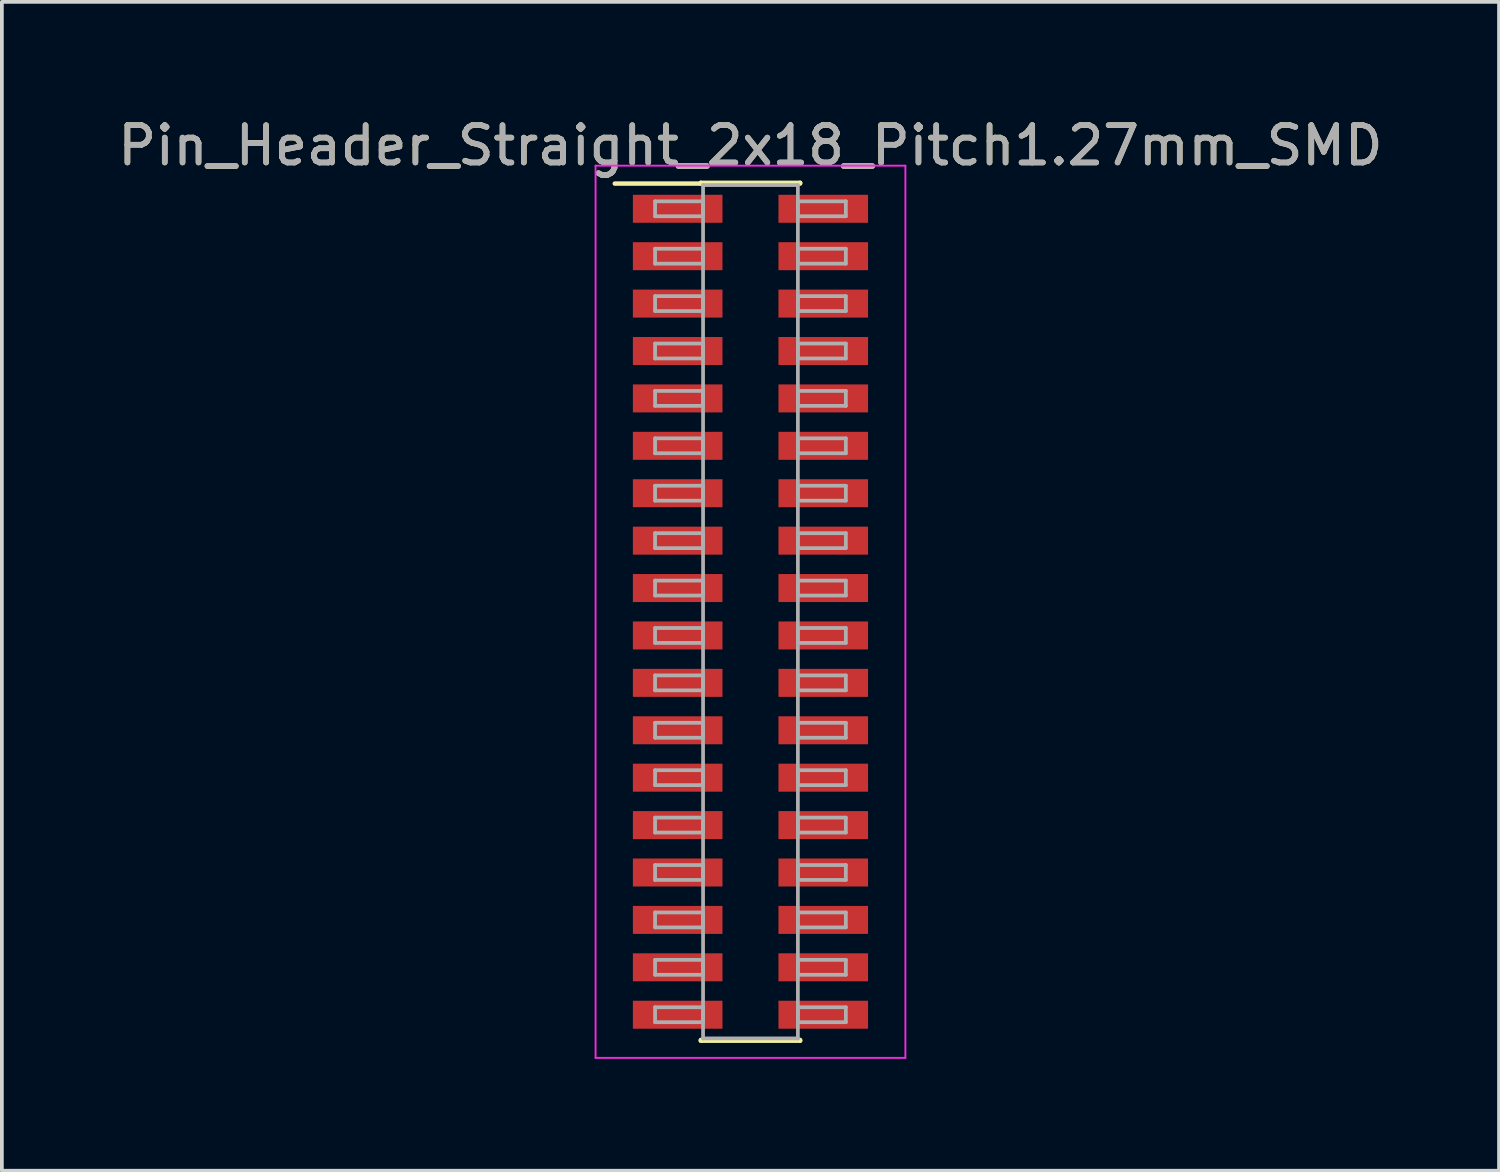
<source format=kicad_pcb>
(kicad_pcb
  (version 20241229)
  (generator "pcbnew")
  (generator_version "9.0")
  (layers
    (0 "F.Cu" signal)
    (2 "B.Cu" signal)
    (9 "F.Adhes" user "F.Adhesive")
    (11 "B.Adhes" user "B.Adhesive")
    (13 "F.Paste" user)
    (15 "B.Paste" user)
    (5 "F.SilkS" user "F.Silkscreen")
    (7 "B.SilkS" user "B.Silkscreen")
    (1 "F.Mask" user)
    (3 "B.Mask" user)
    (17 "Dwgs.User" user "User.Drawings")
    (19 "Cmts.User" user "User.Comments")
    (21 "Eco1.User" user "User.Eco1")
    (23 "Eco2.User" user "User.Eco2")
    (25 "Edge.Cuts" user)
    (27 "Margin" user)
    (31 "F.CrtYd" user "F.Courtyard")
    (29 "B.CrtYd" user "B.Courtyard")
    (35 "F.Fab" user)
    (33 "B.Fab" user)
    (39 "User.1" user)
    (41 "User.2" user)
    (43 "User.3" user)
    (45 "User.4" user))
  (footprint "Pin_Header_Straight_2x18_Pitch1.27mm_SMD"
    (layer "F.Cu")
    (at 17.054 13.338)
    (property "Reference" "Pin_Header_Straight_2x18_Pitch1.27mm_SMD" (at 0 -12.49 0) (layer "F.SilkS") (effects (font (size 1 1) (thickness 0.15))))
    (attr smd)
    (fp_line (start -3.635 -11.47) (end -1.33 -11.47) (stroke (width 0.12) (type solid)) (layer "F.SilkS"))
    (fp_line (start -1.33 -11.49) (end 1.33 -11.49) (stroke (width 0.12) (type solid)) (layer "F.SilkS"))
    (fp_line (start -1.33 -11.47) (end -1.33 -11.49) (stroke (width 0.12) (type solid)) (layer "F.SilkS"))
    (fp_line (start -1.33 11.47) (end -1.33 11.49) (stroke (width 0.12) (type solid)) (layer "F.SilkS"))
    (fp_line (start -1.33 11.49) (end 1.33 11.49) (stroke (width 0.12) (type solid)) (layer "F.SilkS"))
    (fp_line (start 1.33 -11.49) (end 1.33 -11.47) (stroke (width 0.12) (type solid)) (layer "F.SilkS"))
    (fp_line (start 1.33 11.49) (end 1.33 11.47) (stroke (width 0.12) (type solid)) (layer "F.SilkS"))
    (fp_line (start -4.15 -11.95) (end -4.15 11.95) (stroke (width 0.05) (type solid)) (layer "F.CrtYd"))
    (fp_line (start -4.15 11.95) (end 4.15 11.95) (stroke (width 0.05) (type solid)) (layer "F.CrtYd"))
    (fp_line (start 4.15 -11.95) (end -4.15 -11.95) (stroke (width 0.05) (type solid)) (layer "F.CrtYd"))
    (fp_line (start 4.15 11.95) (end 4.15 -11.95) (stroke (width 0.05) (type solid)) (layer "F.CrtYd"))
    (fp_line (start -2.555 -10.995) (end -1.27 -10.995) (stroke (width 0.1) (type solid)) (layer "F.Fab"))
    (fp_line (start -2.555 -10.595) (end -2.555 -10.995) (stroke (width 0.1) (type solid)) (layer "F.Fab"))
    (fp_line (start -2.555 -9.725) (end -1.27 -9.725) (stroke (width 0.1) (type solid)) (layer "F.Fab"))
    (fp_line (start -2.555 -9.325) (end -2.555 -9.725) (stroke (width 0.1) (type solid)) (layer "F.Fab"))
    (fp_line (start -2.555 -8.455) (end -1.27 -8.455) (stroke (width 0.1) (type solid)) (layer "F.Fab"))
    (fp_line (start -2.555 -8.055) (end -2.555 -8.455) (stroke (width 0.1) (type solid)) (layer "F.Fab"))
    (fp_line (start -2.555 -7.185) (end -1.27 -7.185) (stroke (width 0.1) (type solid)) (layer "F.Fab"))
    (fp_line (start -2.555 -6.785) (end -2.555 -7.185) (stroke (width 0.1) (type solid)) (layer "F.Fab"))
    (fp_line (start -2.555 -5.915) (end -1.27 -5.915) (stroke (width 0.1) (type solid)) (layer "F.Fab"))
    (fp_line (start -2.555 -5.515) (end -2.555 -5.915) (stroke (width 0.1) (type solid)) (layer "F.Fab"))
    (fp_line (start -2.555 -4.645) (end -1.27 -4.645) (stroke (width 0.1) (type solid)) (layer "F.Fab"))
    (fp_line (start -2.555 -4.245) (end -2.555 -4.645) (stroke (width 0.1) (type solid)) (layer "F.Fab"))
    (fp_line (start -2.555 -3.375) (end -1.27 -3.375) (stroke (width 0.1) (type solid)) (layer "F.Fab"))
    (fp_line (start -2.555 -2.975) (end -2.555 -3.375) (stroke (width 0.1) (type solid)) (layer "F.Fab"))
    (fp_line (start -2.555 -2.105) (end -1.27 -2.105) (stroke (width 0.1) (type solid)) (layer "F.Fab"))
    (fp_line (start -2.555 -1.705) (end -2.555 -2.105) (stroke (width 0.1) (type solid)) (layer "F.Fab"))
    (fp_line (start -2.555 -0.835) (end -1.27 -0.835) (stroke (width 0.1) (type solid)) (layer "F.Fab"))
    (fp_line (start -2.555 -0.435) (end -2.555 -0.835) (stroke (width 0.1) (type solid)) (layer "F.Fab"))
    (fp_line (start -2.555 0.435) (end -1.27 0.435) (stroke (width 0.1) (type solid)) (layer "F.Fab"))
    (fp_line (start -2.555 0.835) (end -2.555 0.435) (stroke (width 0.1) (type solid)) (layer "F.Fab"))
    (fp_line (start -2.555 1.705) (end -1.27 1.705) (stroke (width 0.1) (type solid)) (layer "F.Fab"))
    (fp_line (start -2.555 2.105) (end -2.555 1.705) (stroke (width 0.1) (type solid)) (layer "F.Fab"))
    (fp_line (start -2.555 2.975) (end -1.27 2.975) (stroke (width 0.1) (type solid)) (layer "F.Fab"))
    (fp_line (start -2.555 3.375) (end -2.555 2.975) (stroke (width 0.1) (type solid)) (layer "F.Fab"))
    (fp_line (start -2.555 4.245) (end -1.27 4.245) (stroke (width 0.1) (type solid)) (layer "F.Fab"))
    (fp_line (start -2.555 4.645) (end -2.555 4.245) (stroke (width 0.1) (type solid)) (layer "F.Fab"))
    (fp_line (start -2.555 5.515) (end -1.27 5.515) (stroke (width 0.1) (type solid)) (layer "F.Fab"))
    (fp_line (start -2.555 5.915) (end -2.555 5.515) (stroke (width 0.1) (type solid)) (layer "F.Fab"))
    (fp_line (start -2.555 6.785) (end -1.27 6.785) (stroke (width 0.1) (type solid)) (layer "F.Fab"))
    (fp_line (start -2.555 7.185) (end -2.555 6.785) (stroke (width 0.1) (type solid)) (layer "F.Fab"))
    (fp_line (start -2.555 8.055) (end -1.27 8.055) (stroke (width 0.1) (type solid)) (layer "F.Fab"))
    (fp_line (start -2.555 8.455) (end -2.555 8.055) (stroke (width 0.1) (type solid)) (layer "F.Fab"))
    (fp_line (start -2.555 9.325) (end -1.27 9.325) (stroke (width 0.1) (type solid)) (layer "F.Fab"))
    (fp_line (start -2.555 9.725) (end -2.555 9.325) (stroke (width 0.1) (type solid)) (layer "F.Fab"))
    (fp_line (start -2.555 10.595) (end -1.27 10.595) (stroke (width 0.1) (type solid)) (layer "F.Fab"))
    (fp_line (start -2.555 10.995) (end -2.555 10.595) (stroke (width 0.1) (type solid)) (layer "F.Fab"))
    (fp_line (start -1.27 -11.43) (end -1.27 11.43) (stroke (width 0.1) (type solid)) (layer "F.Fab"))
    (fp_line (start -1.27 -10.995) (end -1.27 -10.595) (stroke (width 0.1) (type solid)) (layer "F.Fab"))
    (fp_line (start -1.27 -10.595) (end -2.555 -10.595) (stroke (width 0.1) (type solid)) (layer "F.Fab"))
    (fp_line (start -1.27 -9.725) (end -1.27 -9.325) (stroke (width 0.1) (type solid)) (layer "F.Fab"))
    (fp_line (start -1.27 -9.325) (end -2.555 -9.325) (stroke (width 0.1) (type solid)) (layer "F.Fab"))
    (fp_line (start -1.27 -8.455) (end -1.27 -8.055) (stroke (width 0.1) (type solid)) (layer "F.Fab"))
    (fp_line (start -1.27 -8.055) (end -2.555 -8.055) (stroke (width 0.1) (type solid)) (layer "F.Fab"))
    (fp_line (start -1.27 -7.185) (end -1.27 -6.785) (stroke (width 0.1) (type solid)) (layer "F.Fab"))
    (fp_line (start -1.27 -6.785) (end -2.555 -6.785) (stroke (width 0.1) (type solid)) (layer "F.Fab"))
    (fp_line (start -1.27 -5.915) (end -1.27 -5.515) (stroke (width 0.1) (type solid)) (layer "F.Fab"))
    (fp_line (start -1.27 -5.515) (end -2.555 -5.515) (stroke (width 0.1) (type solid)) (layer "F.Fab"))
    (fp_line (start -1.27 -4.645) (end -1.27 -4.245) (stroke (width 0.1) (type solid)) (layer "F.Fab"))
    (fp_line (start -1.27 -4.245) (end -2.555 -4.245) (stroke (width 0.1) (type solid)) (layer "F.Fab"))
    (fp_line (start -1.27 -3.375) (end -1.27 -2.975) (stroke (width 0.1) (type solid)) (layer "F.Fab"))
    (fp_line (start -1.27 -2.975) (end -2.555 -2.975) (stroke (width 0.1) (type solid)) (layer "F.Fab"))
    (fp_line (start -1.27 -2.105) (end -1.27 -1.705) (stroke (width 0.1) (type solid)) (layer "F.Fab"))
    (fp_line (start -1.27 -1.705) (end -2.555 -1.705) (stroke (width 0.1) (type solid)) (layer "F.Fab"))
    (fp_line (start -1.27 -0.835) (end -1.27 -0.435) (stroke (width 0.1) (type solid)) (layer "F.Fab"))
    (fp_line (start -1.27 -0.435) (end -2.555 -0.435) (stroke (width 0.1) (type solid)) (layer "F.Fab"))
    (fp_line (start -1.27 0.435) (end -1.27 0.835) (stroke (width 0.1) (type solid)) (layer "F.Fab"))
    (fp_line (start -1.27 0.835) (end -2.555 0.835) (stroke (width 0.1) (type solid)) (layer "F.Fab"))
    (fp_line (start -1.27 1.705) (end -1.27 2.105) (stroke (width 0.1) (type solid)) (layer "F.Fab"))
    (fp_line (start -1.27 2.105) (end -2.555 2.105) (stroke (width 0.1) (type solid)) (layer "F.Fab"))
    (fp_line (start -1.27 2.975) (end -1.27 3.375) (stroke (width 0.1) (type solid)) (layer "F.Fab"))
    (fp_line (start -1.27 3.375) (end -2.555 3.375) (stroke (width 0.1) (type solid)) (layer "F.Fab"))
    (fp_line (start -1.27 4.245) (end -1.27 4.645) (stroke (width 0.1) (type solid)) (layer "F.Fab"))
    (fp_line (start -1.27 4.645) (end -2.555 4.645) (stroke (width 0.1) (type solid)) (layer "F.Fab"))
    (fp_line (start -1.27 5.515) (end -1.27 5.915) (stroke (width 0.1) (type solid)) (layer "F.Fab"))
    (fp_line (start -1.27 5.915) (end -2.555 5.915) (stroke (width 0.1) (type solid)) (layer "F.Fab"))
    (fp_line (start -1.27 6.785) (end -1.27 7.185) (stroke (width 0.1) (type solid)) (layer "F.Fab"))
    (fp_line (start -1.27 7.185) (end -2.555 7.185) (stroke (width 0.1) (type solid)) (layer "F.Fab"))
    (fp_line (start -1.27 8.055) (end -1.27 8.455) (stroke (width 0.1) (type solid)) (layer "F.Fab"))
    (fp_line (start -1.27 8.455) (end -2.555 8.455) (stroke (width 0.1) (type solid)) (layer "F.Fab"))
    (fp_line (start -1.27 9.325) (end -1.27 9.725) (stroke (width 0.1) (type solid)) (layer "F.Fab"))
    (fp_line (start -1.27 9.725) (end -2.555 9.725) (stroke (width 0.1) (type solid)) (layer "F.Fab"))
    (fp_line (start -1.27 10.595) (end -1.27 10.995) (stroke (width 0.1) (type solid)) (layer "F.Fab"))
    (fp_line (start -1.27 10.995) (end -2.555 10.995) (stroke (width 0.1) (type solid)) (layer "F.Fab"))
    (fp_line (start -1.27 11.43) (end 1.27 11.43) (stroke (width 0.1) (type solid)) (layer "F.Fab"))
    (fp_line (start 1.27 -11.43) (end -1.27 -11.43) (stroke (width 0.1) (type solid)) (layer "F.Fab"))
    (fp_line (start 1.27 -10.995) (end 1.27 -10.595) (stroke (width 0.1) (type solid)) (layer "F.Fab"))
    (fp_line (start 1.27 -10.595) (end 2.555 -10.595) (stroke (width 0.1) (type solid)) (layer "F.Fab"))
    (fp_line (start 1.27 -9.725) (end 1.27 -9.325) (stroke (width 0.1) (type solid)) (layer "F.Fab"))
    (fp_line (start 1.27 -9.325) (end 2.555 -9.325) (stroke (width 0.1) (type solid)) (layer "F.Fab"))
    (fp_line (start 1.27 -8.455) (end 1.27 -8.055) (stroke (width 0.1) (type solid)) (layer "F.Fab"))
    (fp_line (start 1.27 -8.055) (end 2.555 -8.055) (stroke (width 0.1) (type solid)) (layer "F.Fab"))
    (fp_line (start 1.27 -7.185) (end 1.27 -6.785) (stroke (width 0.1) (type solid)) (layer "F.Fab"))
    (fp_line (start 1.27 -6.785) (end 2.555 -6.785) (stroke (width 0.1) (type solid)) (layer "F.Fab"))
    (fp_line (start 1.27 -5.915) (end 1.27 -5.515) (stroke (width 0.1) (type solid)) (layer "F.Fab"))
    (fp_line (start 1.27 -5.515) (end 2.555 -5.515) (stroke (width 0.1) (type solid)) (layer "F.Fab"))
    (fp_line (start 1.27 -4.645) (end 1.27 -4.245) (stroke (width 0.1) (type solid)) (layer "F.Fab"))
    (fp_line (start 1.27 -4.245) (end 2.555 -4.245) (stroke (width 0.1) (type solid)) (layer "F.Fab"))
    (fp_line (start 1.27 -3.375) (end 1.27 -2.975) (stroke (width 0.1) (type solid)) (layer "F.Fab"))
    (fp_line (start 1.27 -2.975) (end 2.555 -2.975) (stroke (width 0.1) (type solid)) (layer "F.Fab"))
    (fp_line (start 1.27 -2.105) (end 1.27 -1.705) (stroke (width 0.1) (type solid)) (layer "F.Fab"))
    (fp_line (start 1.27 -1.705) (end 2.555 -1.705) (stroke (width 0.1) (type solid)) (layer "F.Fab"))
    (fp_line (start 1.27 -0.835) (end 1.27 -0.435) (stroke (width 0.1) (type solid)) (layer "F.Fab"))
    (fp_line (start 1.27 -0.435) (end 2.555 -0.435) (stroke (width 0.1) (type solid)) (layer "F.Fab"))
    (fp_line (start 1.27 0.435) (end 1.27 0.835) (stroke (width 0.1) (type solid)) (layer "F.Fab"))
    (fp_line (start 1.27 0.835) (end 2.555 0.835) (stroke (width 0.1) (type solid)) (layer "F.Fab"))
    (fp_line (start 1.27 1.705) (end 1.27 2.105) (stroke (width 0.1) (type solid)) (layer "F.Fab"))
    (fp_line (start 1.27 2.105) (end 2.555 2.105) (stroke (width 0.1) (type solid)) (layer "F.Fab"))
    (fp_line (start 1.27 2.975) (end 1.27 3.375) (stroke (width 0.1) (type solid)) (layer "F.Fab"))
    (fp_line (start 1.27 3.375) (end 2.555 3.375) (stroke (width 0.1) (type solid)) (layer "F.Fab"))
    (fp_line (start 1.27 4.245) (end 1.27 4.645) (stroke (width 0.1) (type solid)) (layer "F.Fab"))
    (fp_line (start 1.27 4.645) (end 2.555 4.645) (stroke (width 0.1) (type solid)) (layer "F.Fab"))
    (fp_line (start 1.27 5.515) (end 1.27 5.915) (stroke (width 0.1) (type solid)) (layer "F.Fab"))
    (fp_line (start 1.27 5.915) (end 2.555 5.915) (stroke (width 0.1) (type solid)) (layer "F.Fab"))
    (fp_line (start 1.27 6.785) (end 1.27 7.185) (stroke (width 0.1) (type solid)) (layer "F.Fab"))
    (fp_line (start 1.27 7.185) (end 2.555 7.185) (stroke (width 0.1) (type solid)) (layer "F.Fab"))
    (fp_line (start 1.27 8.055) (end 1.27 8.455) (stroke (width 0.1) (type solid)) (layer "F.Fab"))
    (fp_line (start 1.27 8.455) (end 2.555 8.455) (stroke (width 0.1) (type solid)) (layer "F.Fab"))
    (fp_line (start 1.27 9.325) (end 1.27 9.725) (stroke (width 0.1) (type solid)) (layer "F.Fab"))
    (fp_line (start 1.27 9.725) (end 2.555 9.725) (stroke (width 0.1) (type solid)) (layer "F.Fab"))
    (fp_line (start 1.27 10.595) (end 1.27 10.995) (stroke (width 0.1) (type solid)) (layer "F.Fab"))
    (fp_line (start 1.27 10.995) (end 2.555 10.995) (stroke (width 0.1) (type solid)) (layer "F.Fab"))
    (fp_line (start 1.27 11.43) (end 1.27 -11.43) (stroke (width 0.1) (type solid)) (layer "F.Fab"))
    (fp_line (start 2.555 -10.995) (end 1.27 -10.995) (stroke (width 0.1) (type solid)) (layer "F.Fab"))
    (fp_line (start 2.555 -10.595) (end 2.555 -10.995) (stroke (width 0.1) (type solid)) (layer "F.Fab"))
    (fp_line (start 2.555 -9.725) (end 1.27 -9.725) (stroke (width 0.1) (type solid)) (layer "F.Fab"))
    (fp_line (start 2.555 -9.325) (end 2.555 -9.725) (stroke (width 0.1) (type solid)) (layer "F.Fab"))
    (fp_line (start 2.555 -8.455) (end 1.27 -8.455) (stroke (width 0.1) (type solid)) (layer "F.Fab"))
    (fp_line (start 2.555 -8.055) (end 2.555 -8.455) (stroke (width 0.1) (type solid)) (layer "F.Fab"))
    (fp_line (start 2.555 -7.185) (end 1.27 -7.185) (stroke (width 0.1) (type solid)) (layer "F.Fab"))
    (fp_line (start 2.555 -6.785) (end 2.555 -7.185) (stroke (width 0.1) (type solid)) (layer "F.Fab"))
    (fp_line (start 2.555 -5.915) (end 1.27 -5.915) (stroke (width 0.1) (type solid)) (layer "F.Fab"))
    (fp_line (start 2.555 -5.515) (end 2.555 -5.915) (stroke (width 0.1) (type solid)) (layer "F.Fab"))
    (fp_line (start 2.555 -4.645) (end 1.27 -4.645) (stroke (width 0.1) (type solid)) (layer "F.Fab"))
    (fp_line (start 2.555 -4.245) (end 2.555 -4.645) (stroke (width 0.1) (type solid)) (layer "F.Fab"))
    (fp_line (start 2.555 -3.375) (end 1.27 -3.375) (stroke (width 0.1) (type solid)) (layer "F.Fab"))
    (fp_line (start 2.555 -2.975) (end 2.555 -3.375) (stroke (width 0.1) (type solid)) (layer "F.Fab"))
    (fp_line (start 2.555 -2.105) (end 1.27 -2.105) (stroke (width 0.1) (type solid)) (layer "F.Fab"))
    (fp_line (start 2.555 -1.705) (end 2.555 -2.105) (stroke (width 0.1) (type solid)) (layer "F.Fab"))
    (fp_line (start 2.555 -0.835) (end 1.27 -0.835) (stroke (width 0.1) (type solid)) (layer "F.Fab"))
    (fp_line (start 2.555 -0.435) (end 2.555 -0.835) (stroke (width 0.1) (type solid)) (layer "F.Fab"))
    (fp_line (start 2.555 0.435) (end 1.27 0.435) (stroke (width 0.1) (type solid)) (layer "F.Fab"))
    (fp_line (start 2.555 0.835) (end 2.555 0.435) (stroke (width 0.1) (type solid)) (layer "F.Fab"))
    (fp_line (start 2.555 1.705) (end 1.27 1.705) (stroke (width 0.1) (type solid)) (layer "F.Fab"))
    (fp_line (start 2.555 2.105) (end 2.555 1.705) (stroke (width 0.1) (type solid)) (layer "F.Fab"))
    (fp_line (start 2.555 2.975) (end 1.27 2.975) (stroke (width 0.1) (type solid)) (layer "F.Fab"))
    (fp_line (start 2.555 3.375) (end 2.555 2.975) (stroke (width 0.1) (type solid)) (layer "F.Fab"))
    (fp_line (start 2.555 4.245) (end 1.27 4.245) (stroke (width 0.1) (type solid)) (layer "F.Fab"))
    (fp_line (start 2.555 4.645) (end 2.555 4.245) (stroke (width 0.1) (type solid)) (layer "F.Fab"))
    (fp_line (start 2.555 5.515) (end 1.27 5.515) (stroke (width 0.1) (type solid)) (layer "F.Fab"))
    (fp_line (start 2.555 5.915) (end 2.555 5.515) (stroke (width 0.1) (type solid)) (layer "F.Fab"))
    (fp_line (start 2.555 6.785) (end 1.27 6.785) (stroke (width 0.1) (type solid)) (layer "F.Fab"))
    (fp_line (start 2.555 7.185) (end 2.555 6.785) (stroke (width 0.1) (type solid)) (layer "F.Fab"))
    (fp_line (start 2.555 8.055) (end 1.27 8.055) (stroke (width 0.1) (type solid)) (layer "F.Fab"))
    (fp_line (start 2.555 8.455) (end 2.555 8.055) (stroke (width 0.1) (type solid)) (layer "F.Fab"))
    (fp_line (start 2.555 9.325) (end 1.27 9.325) (stroke (width 0.1) (type solid)) (layer "F.Fab"))
    (fp_line (start 2.555 9.725) (end 2.555 9.325) (stroke (width 0.1) (type solid)) (layer "F.Fab"))
    (fp_line (start 2.555 10.595) (end 1.27 10.595) (stroke (width 0.1) (type solid)) (layer "F.Fab"))
    (fp_line (start 2.555 10.995) (end 2.555 10.595) (stroke (width 0.1) (type solid)) (layer "F.Fab"))
    (fp_text user "${REFERENCE}" (at 0 -12.49 0) (layer "F.Fab") (effects (font (size 1 1) (thickness 0.15))))
    (pad "1" smd rect (at -1.95 -10.795) (size 2.4 0.75) (layers "F.Cu" "F.Mask" "F.Paste"))
    (pad "2" smd rect (at 1.95 -10.795) (size 2.4 0.75) (layers "F.Cu" "F.Mask" "F.Paste"))
    (pad "3" smd rect (at -1.95 -9.525) (size 2.4 0.75) (layers "F.Cu" "F.Mask" "F.Paste"))
    (pad "4" smd rect (at 1.95 -9.525) (size 2.4 0.75) (layers "F.Cu" "F.Mask" "F.Paste"))
    (pad "5" smd rect (at -1.95 -8.255) (size 2.4 0.75) (layers "F.Cu" "F.Mask" "F.Paste"))
    (pad "6" smd rect (at 1.95 -8.255) (size 2.4 0.75) (layers "F.Cu" "F.Mask" "F.Paste"))
    (pad "7" smd rect (at -1.95 -6.985) (size 2.4 0.75) (layers "F.Cu" "F.Mask" "F.Paste"))
    (pad "8" smd rect (at 1.95 -6.985) (size 2.4 0.75) (layers "F.Cu" "F.Mask" "F.Paste"))
    (pad "9" smd rect (at -1.95 -5.715) (size 2.4 0.75) (layers "F.Cu" "F.Mask" "F.Paste"))
    (pad "10" smd rect (at 1.95 -5.715) (size 2.4 0.75) (layers "F.Cu" "F.Mask" "F.Paste"))
    (pad "11" smd rect (at -1.95 -4.445) (size 2.4 0.75) (layers "F.Cu" "F.Mask" "F.Paste"))
    (pad "12" smd rect (at 1.95 -4.445) (size 2.4 0.75) (layers "F.Cu" "F.Mask" "F.Paste"))
    (pad "13" smd rect (at -1.95 -3.175) (size 2.4 0.75) (layers "F.Cu" "F.Mask" "F.Paste"))
    (pad "14" smd rect (at 1.95 -3.175) (size 2.4 0.75) (layers "F.Cu" "F.Mask" "F.Paste"))
    (pad "15" smd rect (at -1.95 -1.905) (size 2.4 0.75) (layers "F.Cu" "F.Mask" "F.Paste"))
    (pad "16" smd rect (at 1.95 -1.905) (size 2.4 0.75) (layers "F.Cu" "F.Mask" "F.Paste"))
    (pad "17" smd rect (at -1.95 -0.635) (size 2.4 0.75) (layers "F.Cu" "F.Mask" "F.Paste"))
    (pad "18" smd rect (at 1.95 -0.635) (size 2.4 0.75) (layers "F.Cu" "F.Mask" "F.Paste"))
    (pad "19" smd rect (at -1.95 0.635) (size 2.4 0.75) (layers "F.Cu" "F.Mask" "F.Paste"))
    (pad "20" smd rect (at 1.95 0.635) (size 2.4 0.75) (layers "F.Cu" "F.Mask" "F.Paste"))
    (pad "21" smd rect (at -1.95 1.905) (size 2.4 0.75) (layers "F.Cu" "F.Mask" "F.Paste"))
    (pad "22" smd rect (at 1.95 1.905) (size 2.4 0.75) (layers "F.Cu" "F.Mask" "F.Paste"))
    (pad "23" smd rect (at -1.95 3.175) (size 2.4 0.75) (layers "F.Cu" "F.Mask" "F.Paste"))
    (pad "24" smd rect (at 1.95 3.175) (size 2.4 0.75) (layers "F.Cu" "F.Mask" "F.Paste"))
    (pad "25" smd rect (at -1.95 4.445) (size 2.4 0.75) (layers "F.Cu" "F.Mask" "F.Paste"))
    (pad "26" smd rect (at 1.95 4.445) (size 2.4 0.75) (layers "F.Cu" "F.Mask" "F.Paste"))
    (pad "27" smd rect (at -1.95 5.715) (size 2.4 0.75) (layers "F.Cu" "F.Mask" "F.Paste"))
    (pad "28" smd rect (at 1.95 5.715) (size 2.4 0.75) (layers "F.Cu" "F.Mask" "F.Paste"))
    (pad "29" smd rect (at -1.95 6.985) (size 2.4 0.75) (layers "F.Cu" "F.Mask" "F.Paste"))
    (pad "30" smd rect (at 1.95 6.985) (size 2.4 0.75) (layers "F.Cu" "F.Mask" "F.Paste"))
    (pad "31" smd rect (at -1.95 8.255) (size 2.4 0.75) (layers "F.Cu" "F.Mask" "F.Paste"))
    (pad "32" smd rect (at 1.95 8.255) (size 2.4 0.75) (layers "F.Cu" "F.Mask" "F.Paste"))
    (pad "33" smd rect (at -1.95 9.525) (size 2.4 0.75) (layers "F.Cu" "F.Mask" "F.Paste"))
    (pad "34" smd rect (at 1.95 9.525) (size 2.4 0.75) (layers "F.Cu" "F.Mask" "F.Paste"))
    (pad "35" smd rect (at -1.95 10.795) (size 2.4 0.75) (layers "F.Cu" "F.Mask" "F.Paste"))
    (pad "36" smd rect (at 1.95 10.795) (size 2.4 0.75) (layers "F.Cu" "F.Mask" "F.Paste")))
  (gr_rect
    (start -3 -3)
    (end 37.107 28.313)
    (stroke (width 0.1) (type default))
    (fill no)
    (layer "Edge.Cuts")))
</source>
